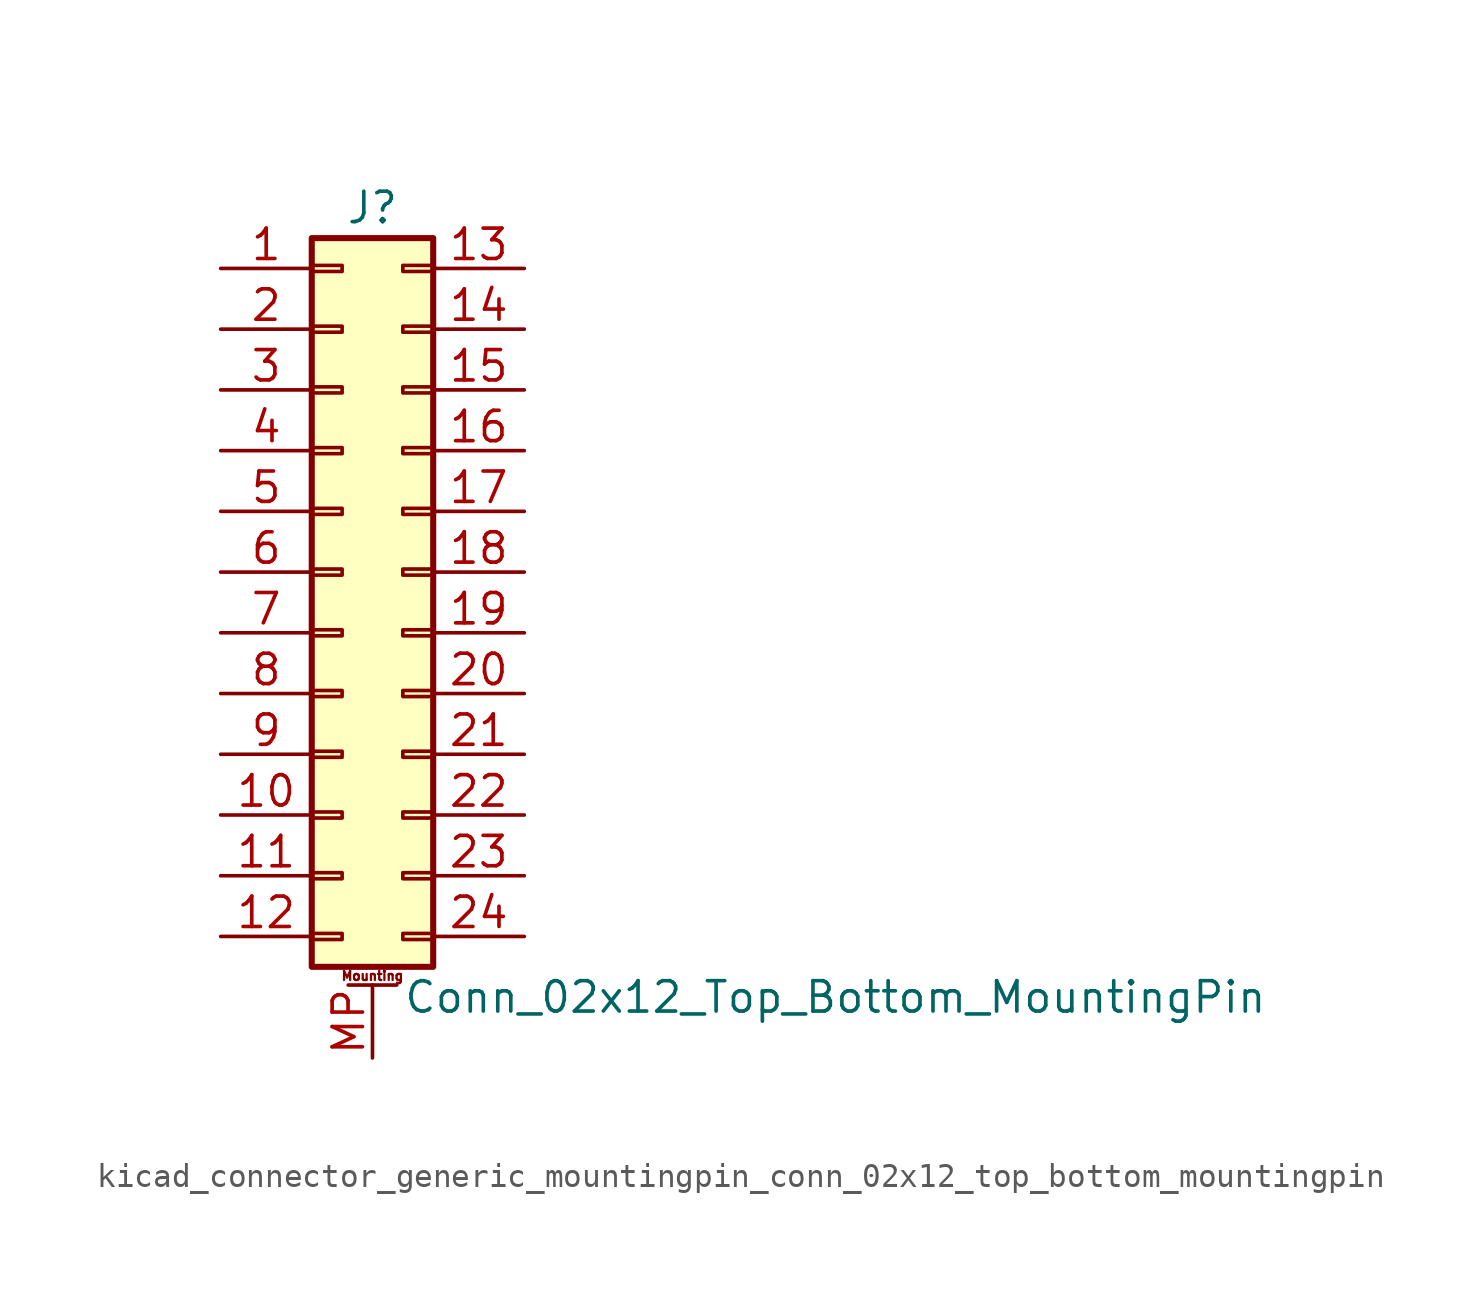
<source format=kicad_sym>
(kicad_symbol_lib
  (version 20220914)
  (generator kicad_symbol_editor)
  (symbol "kicad_connector_generic_mountingpin_conn_02x12_top_bottom_mountingpin"
    (pin_names
      (offset 1.016) hide)
    (property "Reference" "J"
      (at 1.27 15.24 0)
      (effects (font (size 1.27 1.27))))
    (property "Value" "Conn_02x12_Top_Bottom_MountingPin"
      (at 2.54 -17.78 0)
      (effects (font (size 1.27 1.27)) (justify left)))
    (symbol "kicad_connector_generic_mountingpin_conn_02x12_top_bottom_mountingpin_1_1"
      (rectangle (start -1.27 -15.113) (end 0 -15.367) (stroke (width 0.152) (type default)) (fill (type none)))
      (rectangle (start -1.27 -12.573) (end 0 -12.827) (stroke (width 0.152) (type default)) (fill (type none)))
      (rectangle (start -1.27 -10.033) (end 0 -10.287) (stroke (width 0.152) (type default)) (fill (type none)))
      (rectangle (start -1.27 -7.493) (end 0 -7.747) (stroke (width 0.152) (type default)) (fill (type none)))
      (rectangle (start -1.27 -4.953) (end 0 -5.207) (stroke (width 0.152) (type default)) (fill (type none)))
      (rectangle (start -1.27 -2.413) (end 0 -2.667) (stroke (width 0.152) (type default)) (fill (type none)))
      (rectangle (start -1.27 0.127) (end 0 -0.127) (stroke (width 0.152) (type default)) (fill (type none)))
      (rectangle (start -1.27 2.667) (end 0 2.413) (stroke (width 0.152) (type default)) (fill (type none)))
      (rectangle (start -1.27 5.207) (end 0 4.953) (stroke (width 0.152) (type default)) (fill (type none)))
      (rectangle (start -1.27 7.747) (end 0 7.493) (stroke (width 0.152) (type default)) (fill (type none)))
      (rectangle (start -1.27 10.287) (end 0 10.033) (stroke (width 0.152) (type default)) (fill (type none)))
      (rectangle (start -1.27 12.827) (end 0 12.573) (stroke (width 0.152) (type default)) (fill (type none)))
      (rectangle (start -1.27 13.97) (end 3.81 -16.51) (stroke (width 0.254) (type default)) (fill (type background)))
      (polyline (pts (xy 0.254 -17.272) (xy 2.286 -17.272)) (stroke (width 0.152) (type default)) (fill (type none)))
      (rectangle (start 3.81 -15.113) (end 2.54 -15.367) (stroke (width 0.152) (type default)) (fill (type none)))
      (rectangle (start 3.81 -12.573) (end 2.54 -12.827) (stroke (width 0.152) (type default)) (fill (type none)))
      (rectangle (start 3.81 -10.033) (end 2.54 -10.287) (stroke (width 0.152) (type default)) (fill (type none)))
      (rectangle (start 3.81 -7.493) (end 2.54 -7.747) (stroke (width 0.152) (type default)) (fill (type none)))
      (rectangle (start 3.81 -4.953) (end 2.54 -5.207) (stroke (width 0.152) (type default)) (fill (type none)))
      (rectangle (start 3.81 -2.413) (end 2.54 -2.667) (stroke (width 0.152) (type default)) (fill (type none)))
      (rectangle (start 3.81 0.127) (end 2.54 -0.127) (stroke (width 0.152) (type default)) (fill (type none)))
      (rectangle (start 3.81 2.667) (end 2.54 2.413) (stroke (width 0.152) (type default)) (fill (type none)))
      (rectangle (start 3.81 5.207) (end 2.54 4.953) (stroke (width 0.152) (type default)) (fill (type none)))
      (rectangle (start 3.81 7.747) (end 2.54 7.493) (stroke (width 0.152) (type default)) (fill (type none)))
      (rectangle (start 3.81 10.287) (end 2.54 10.033) (stroke (width 0.152) (type default)) (fill (type none)))
      (rectangle (start 3.81 12.827) (end 2.54 12.573) (stroke (width 0.152) (type default)) (fill (type none)))
      (text "Mounting" (at 1.27 -16.891 0) (effects (font (size 0.381 0.381))))
      (pin passive line (at -5.08 12.7 0) (length 3.81) (name "Pin_1" (effects (font (size 1.27 1.27)))) (number "1" (effects (font (size 1.27 1.27)))))
      (pin passive line (at -5.08 -10.16 0) (length 3.81) (name "Pin_10" (effects (font (size 1.27 1.27)))) (number "10" (effects (font (size 1.27 1.27)))))
      (pin passive line (at -5.08 -12.7 0) (length 3.81) (name "Pin_11" (effects (font (size 1.27 1.27)))) (number "11" (effects (font (size 1.27 1.27)))))
      (pin passive line (at -5.08 -15.24 0) (length 3.81) (name "Pin_12" (effects (font (size 1.27 1.27)))) (number "12" (effects (font (size 1.27 1.27)))))
      (pin passive line (at 7.62 12.7 180) (length 3.81) (name "Pin_13" (effects (font (size 1.27 1.27)))) (number "13" (effects (font (size 1.27 1.27)))))
      (pin passive line (at 7.62 10.16 180) (length 3.81) (name "Pin_14" (effects (font (size 1.27 1.27)))) (number "14" (effects (font (size 1.27 1.27)))))
      (pin passive line (at 7.62 7.62 180) (length 3.81) (name "Pin_15" (effects (font (size 1.27 1.27)))) (number "15" (effects (font (size 1.27 1.27)))))
      (pin passive line (at 7.62 5.08 180) (length 3.81) (name "Pin_16" (effects (font (size 1.27 1.27)))) (number "16" (effects (font (size 1.27 1.27)))))
      (pin passive line (at 7.62 2.54 180) (length 3.81) (name "Pin_17" (effects (font (size 1.27 1.27)))) (number "17" (effects (font (size 1.27 1.27)))))
      (pin passive line (at 7.62 0 180) (length 3.81) (name "Pin_18" (effects (font (size 1.27 1.27)))) (number "18" (effects (font (size 1.27 1.27)))))
      (pin passive line (at 7.62 -2.54 180) (length 3.81) (name "Pin_19" (effects (font (size 1.27 1.27)))) (number "19" (effects (font (size 1.27 1.27)))))
      (pin passive line (at -5.08 10.16 0) (length 3.81) (name "Pin_2" (effects (font (size 1.27 1.27)))) (number "2" (effects (font (size 1.27 1.27)))))
      (pin passive line (at 7.62 -5.08 180) (length 3.81) (name "Pin_20" (effects (font (size 1.27 1.27)))) (number "20" (effects (font (size 1.27 1.27)))))
      (pin passive line (at 7.62 -7.62 180) (length 3.81) (name "Pin_21" (effects (font (size 1.27 1.27)))) (number "21" (effects (font (size 1.27 1.27)))))
      (pin passive line (at 7.62 -10.16 180) (length 3.81) (name "Pin_22" (effects (font (size 1.27 1.27)))) (number "22" (effects (font (size 1.27 1.27)))))
      (pin passive line (at 7.62 -12.7 180) (length 3.81) (name "Pin_23" (effects (font (size 1.27 1.27)))) (number "23" (effects (font (size 1.27 1.27)))))
      (pin passive line (at 7.62 -15.24 180) (length 3.81) (name "Pin_24" (effects (font (size 1.27 1.27)))) (number "24" (effects (font (size 1.27 1.27)))))
      (pin passive line (at -5.08 7.62 0) (length 3.81) (name "Pin_3" (effects (font (size 1.27 1.27)))) (number "3" (effects (font (size 1.27 1.27)))))
      (pin passive line (at -5.08 5.08 0) (length 3.81) (name "Pin_4" (effects (font (size 1.27 1.27)))) (number "4" (effects (font (size 1.27 1.27)))))
      (pin passive line (at -5.08 2.54 0) (length 3.81) (name "Pin_5" (effects (font (size 1.27 1.27)))) (number "5" (effects (font (size 1.27 1.27)))))
      (pin passive line (at -5.08 0 0) (length 3.81) (name "Pin_6" (effects (font (size 1.27 1.27)))) (number "6" (effects (font (size 1.27 1.27)))))
      (pin passive line (at -5.08 -2.54 0) (length 3.81) (name "Pin_7" (effects (font (size 1.27 1.27)))) (number "7" (effects (font (size 1.27 1.27)))))
      (pin passive line (at -5.08 -5.08 0) (length 3.81) (name "Pin_8" (effects (font (size 1.27 1.27)))) (number "8" (effects (font (size 1.27 1.27)))))
      (pin passive line (at -5.08 -7.62 0) (length 3.81) (name "Pin_9" (effects (font (size 1.27 1.27)))) (number "9" (effects (font (size 1.27 1.27)))))
      (pin passive line (at 1.27 -20.32 90) (length 3.048) (name "MountPin" (effects (font (size 1.27 1.27)))) (number "MP" (effects (font (size 1.27 1.27))))))))
</source>
